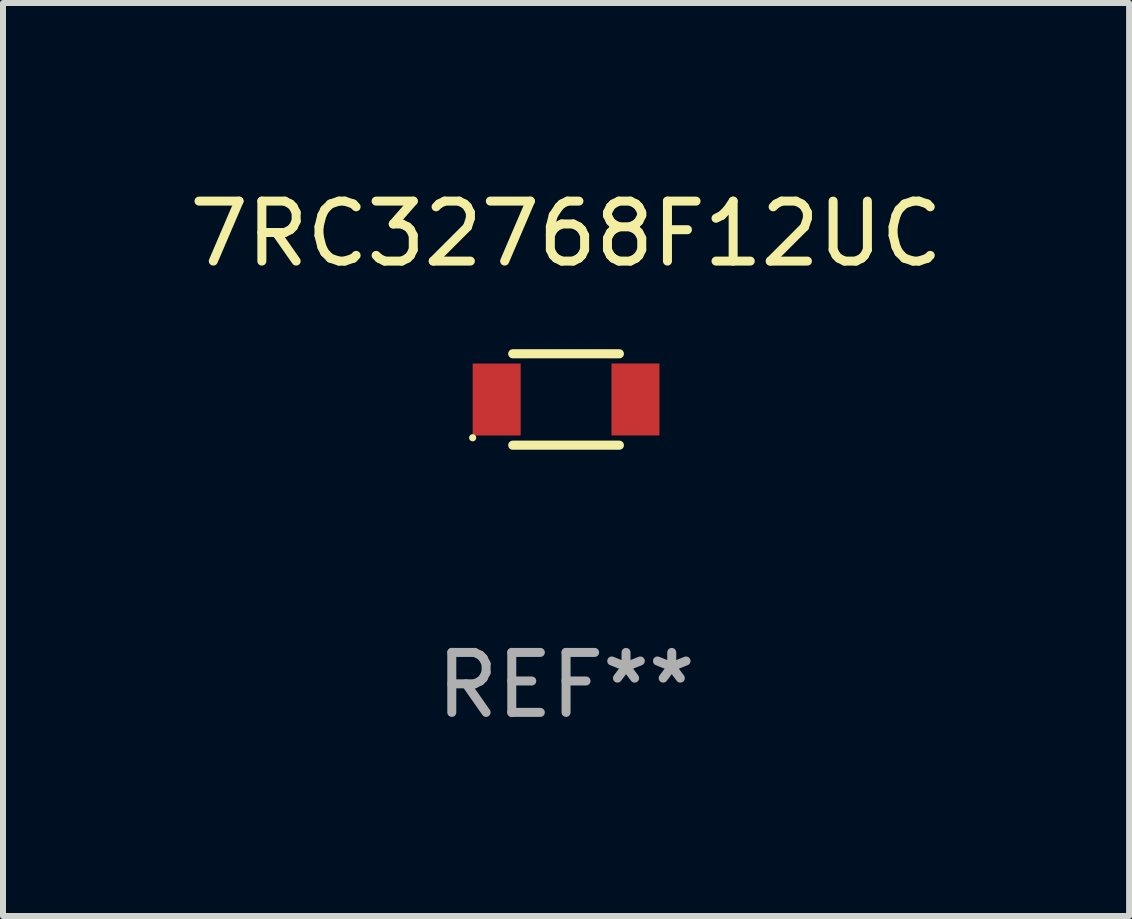
<source format=kicad_pcb>
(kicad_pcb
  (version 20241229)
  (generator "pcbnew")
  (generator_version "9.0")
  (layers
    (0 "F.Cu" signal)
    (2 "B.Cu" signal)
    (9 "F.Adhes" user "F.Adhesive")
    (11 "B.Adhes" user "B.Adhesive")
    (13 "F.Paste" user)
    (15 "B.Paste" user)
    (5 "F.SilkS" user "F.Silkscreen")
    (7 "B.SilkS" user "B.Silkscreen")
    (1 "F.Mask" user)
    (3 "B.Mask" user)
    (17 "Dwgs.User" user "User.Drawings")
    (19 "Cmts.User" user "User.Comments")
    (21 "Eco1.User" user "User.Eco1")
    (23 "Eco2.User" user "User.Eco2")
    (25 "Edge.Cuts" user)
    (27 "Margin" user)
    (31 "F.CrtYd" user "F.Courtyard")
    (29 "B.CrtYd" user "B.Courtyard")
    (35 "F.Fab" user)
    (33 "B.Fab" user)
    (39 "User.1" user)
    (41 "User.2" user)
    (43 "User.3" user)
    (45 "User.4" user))
  (footprint "7RC32768F12UC"
    (layer "F.Cu")
    (at 6.387 3.61)
    (property "Reference" "7RC32768F12UC" (at 0 -2.762 0) (layer "F.SilkS") (effects (font (size 1 1) (thickness 0.15))))
    (attr through_hole)
    (fp_line (start -0.889 -0.762) (end 0.889 -0.762) (stroke (width 0.152) (type solid)) (layer "F.SilkS"))
    (fp_line (start -0.889 0.762) (end 0.889 0.762) (stroke (width 0.152) (type solid)) (layer "F.SilkS"))
    (fp_circle (center -1.557 0.638) (end -1.527 0.638) (stroke (width 0.06) (type solid)) (fill no) (layer "F.SilkS"))
    (fp_text user "REF**" (at 0 4.762 0) (layer "F.Fab") (effects (font (size 1 1) (thickness 0.15))))
    (pad "1" smd rect (at -1.157 0.000381 90) (size 1.2 0.8) (layers "F.Cu" "F.Mask" "F.Paste"))
    (pad "2" smd rect (at 1.157 -0.000381 90) (size 1.2 0.8) (layers "F.Cu" "F.Mask" "F.Paste")))
  (gr_rect
    (start -3 -3)
    (end 15.774 12.221)
    (stroke (width 0.1) (type default))
    (fill no)
    (layer "Edge.Cuts")))
</source>
